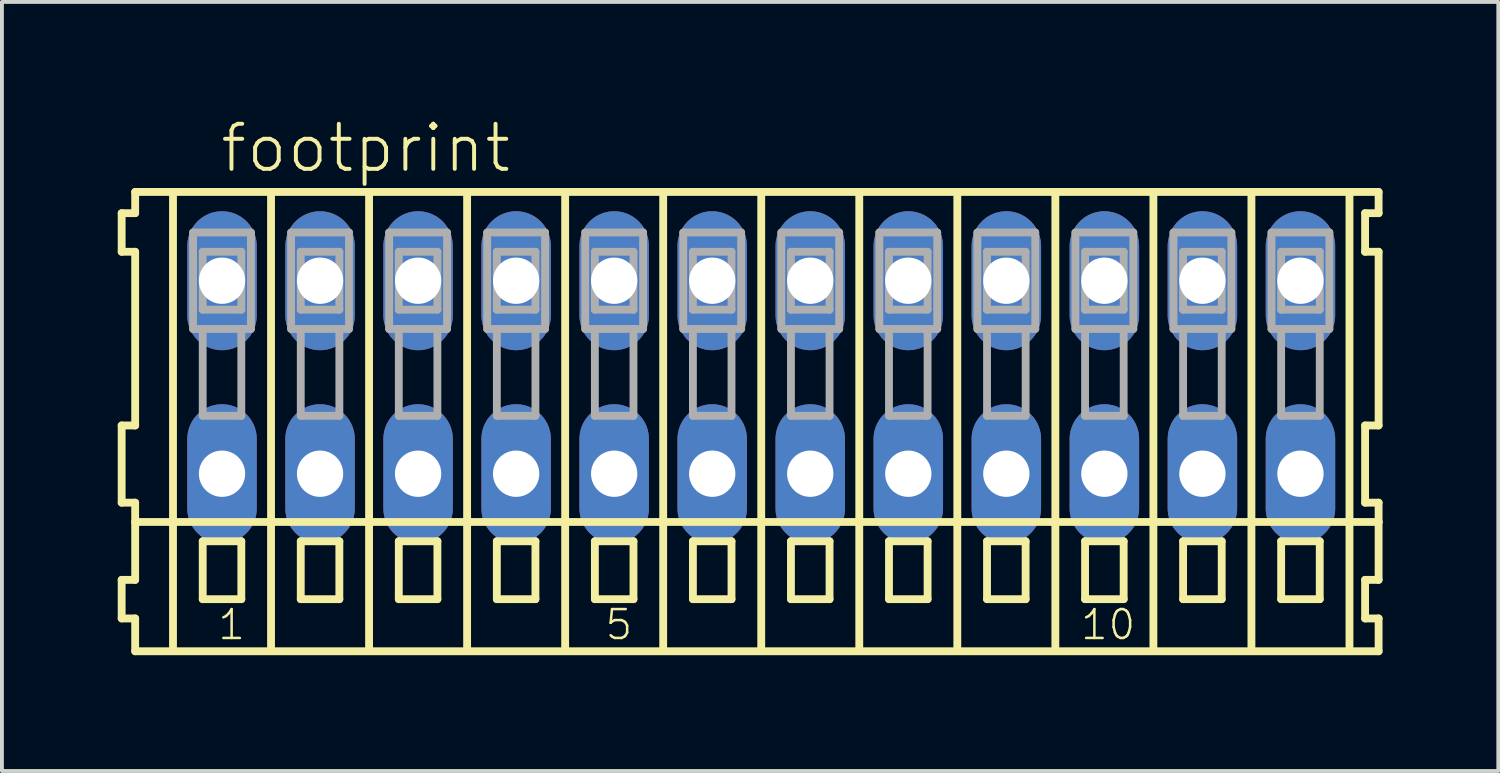
<source format=kicad_pcb>
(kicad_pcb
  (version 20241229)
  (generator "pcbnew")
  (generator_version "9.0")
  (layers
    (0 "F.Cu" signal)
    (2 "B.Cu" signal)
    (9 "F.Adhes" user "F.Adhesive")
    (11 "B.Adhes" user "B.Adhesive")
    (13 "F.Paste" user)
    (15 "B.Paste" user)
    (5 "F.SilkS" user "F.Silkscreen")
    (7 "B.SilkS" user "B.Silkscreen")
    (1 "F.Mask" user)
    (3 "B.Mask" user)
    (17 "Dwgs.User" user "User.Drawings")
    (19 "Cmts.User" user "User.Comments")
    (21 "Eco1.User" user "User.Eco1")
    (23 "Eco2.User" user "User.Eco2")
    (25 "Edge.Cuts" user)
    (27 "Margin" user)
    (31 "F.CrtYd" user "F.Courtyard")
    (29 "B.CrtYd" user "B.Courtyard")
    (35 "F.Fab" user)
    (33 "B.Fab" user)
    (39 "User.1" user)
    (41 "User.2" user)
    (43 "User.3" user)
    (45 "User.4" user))
  (footprint "footprint"
    (layer "F.Cu")
    (at 16.672 6.723)
    (property "Reference" "footprint" (at -14.07 -5.25 0) (layer "F.SilkS") (effects (font (size 1.168 1.168) (thickness 0.102)) (justify left bottom)))
    (fp_line (start -16.57 -4.25) (end -16.57 -3.25) (stroke (width 0.203) (type solid)) (layer "F.SilkS"))
    (fp_line (start -16.57 -3.25) (end -16.22 -3.25) (stroke (width 0.203) (type solid)) (layer "F.SilkS"))
    (fp_line (start -16.57 1.25) (end -16.57 3.25) (stroke (width 0.203) (type solid)) (layer "F.SilkS"))
    (fp_line (start -16.57 3.25) (end -16.22 3.25) (stroke (width 0.203) (type solid)) (layer "F.SilkS"))
    (fp_line (start -16.57 5.25) (end -16.57 6.25) (stroke (width 0.203) (type solid)) (layer "F.SilkS"))
    (fp_line (start -16.57 6.25) (end -16.22 6.25) (stroke (width 0.203) (type solid)) (layer "F.SilkS"))
    (fp_line (start -16.22 -4.8) (end -16.22 -4.25) (stroke (width 0.203) (type solid)) (layer "F.SilkS"))
    (fp_line (start -16.22 -4.25) (end -16.57 -4.25) (stroke (width 0.203) (type solid)) (layer "F.SilkS"))
    (fp_line (start -16.22 -3.25) (end -16.22 1.25) (stroke (width 0.203) (type solid)) (layer "F.SilkS"))
    (fp_line (start -16.22 1.25) (end -16.57 1.25) (stroke (width 0.203) (type solid)) (layer "F.SilkS"))
    (fp_line (start -16.22 3.25) (end -16.22 5.25) (stroke (width 0.203) (type solid)) (layer "F.SilkS"))
    (fp_line (start -16.22 3.75) (end 15.995 3.75) (stroke (width 0.203) (type solid)) (layer "F.SilkS"))
    (fp_line (start -16.22 5.25) (end -16.57 5.25) (stroke (width 0.203) (type solid)) (layer "F.SilkS"))
    (fp_line (start -16.22 6.25) (end -16.22 7.1) (stroke (width 0.203) (type solid)) (layer "F.SilkS"))
    (fp_line (start -16.22 7.1) (end 15.995 7.1) (stroke (width 0.203) (type solid)) (layer "F.SilkS"))
    (fp_line (start -15.24 6.985) (end -15.24 -4.699) (stroke (width 0.203) (type solid)) (layer "F.SilkS"))
    (fp_line (start -14.47 4.25) (end -14.47 5.75) (stroke (width 0.203) (type solid)) (layer "F.SilkS"))
    (fp_line (start -14.47 5.75) (end -13.47 5.75) (stroke (width 0.203) (type solid)) (layer "F.SilkS"))
    (fp_line (start -13.47 4.25) (end -14.47 4.25) (stroke (width 0.203) (type solid)) (layer "F.SilkS"))
    (fp_line (start -13.47 5.75) (end -13.47 4.25) (stroke (width 0.203) (type solid)) (layer "F.SilkS"))
    (fp_line (start -12.7 6.985) (end -12.7 -4.699) (stroke (width 0.203) (type solid)) (layer "F.SilkS"))
    (fp_line (start -11.93 4.25) (end -11.93 5.75) (stroke (width 0.203) (type solid)) (layer "F.SilkS"))
    (fp_line (start -11.93 5.75) (end -10.93 5.75) (stroke (width 0.203) (type solid)) (layer "F.SilkS"))
    (fp_line (start -10.93 4.25) (end -11.93 4.25) (stroke (width 0.203) (type solid)) (layer "F.SilkS"))
    (fp_line (start -10.93 5.75) (end -10.93 4.25) (stroke (width 0.203) (type solid)) (layer "F.SilkS"))
    (fp_line (start -10.16 6.985) (end -10.16 -4.699) (stroke (width 0.203) (type solid)) (layer "F.SilkS"))
    (fp_line (start -9.39 4.25) (end -9.39 5.75) (stroke (width 0.203) (type solid)) (layer "F.SilkS"))
    (fp_line (start -9.39 5.75) (end -8.39 5.75) (stroke (width 0.203) (type solid)) (layer "F.SilkS"))
    (fp_line (start -8.39 4.25) (end -9.39 4.25) (stroke (width 0.203) (type solid)) (layer "F.SilkS"))
    (fp_line (start -8.39 5.75) (end -8.39 4.25) (stroke (width 0.203) (type solid)) (layer "F.SilkS"))
    (fp_line (start -7.62 6.985) (end -7.62 -4.699) (stroke (width 0.203) (type solid)) (layer "F.SilkS"))
    (fp_line (start -6.85 4.25) (end -6.85 5.75) (stroke (width 0.203) (type solid)) (layer "F.SilkS"))
    (fp_line (start -6.85 5.75) (end -5.85 5.75) (stroke (width 0.203) (type solid)) (layer "F.SilkS"))
    (fp_line (start -5.85 4.25) (end -6.85 4.25) (stroke (width 0.203) (type solid)) (layer "F.SilkS"))
    (fp_line (start -5.85 5.75) (end -5.85 4.25) (stroke (width 0.203) (type solid)) (layer "F.SilkS"))
    (fp_line (start -5.08 6.985) (end -5.08 -4.699) (stroke (width 0.203) (type solid)) (layer "F.SilkS"))
    (fp_line (start -4.31 4.25) (end -4.31 5.75) (stroke (width 0.203) (type solid)) (layer "F.SilkS"))
    (fp_line (start -4.31 5.75) (end -3.31 5.75) (stroke (width 0.203) (type solid)) (layer "F.SilkS"))
    (fp_line (start -3.31 4.25) (end -4.31 4.25) (stroke (width 0.203) (type solid)) (layer "F.SilkS"))
    (fp_line (start -3.31 5.75) (end -3.31 4.25) (stroke (width 0.203) (type solid)) (layer "F.SilkS"))
    (fp_line (start -2.54 6.985) (end -2.54 -4.699) (stroke (width 0.203) (type solid)) (layer "F.SilkS"))
    (fp_line (start -1.77 4.25) (end -1.77 5.75) (stroke (width 0.203) (type solid)) (layer "F.SilkS"))
    (fp_line (start -1.77 5.75) (end -0.77 5.75) (stroke (width 0.203) (type solid)) (layer "F.SilkS"))
    (fp_line (start -0.77 4.25) (end -1.77 4.25) (stroke (width 0.203) (type solid)) (layer "F.SilkS"))
    (fp_line (start -0.77 5.75) (end -0.77 4.25) (stroke (width 0.203) (type solid)) (layer "F.SilkS"))
    (fp_line (start 0 6.985) (end 0 -4.699) (stroke (width 0.203) (type solid)) (layer "F.SilkS"))
    (fp_line (start 0.77 4.25) (end 0.77 5.75) (stroke (width 0.203) (type solid)) (layer "F.SilkS"))
    (fp_line (start 0.77 5.75) (end 1.77 5.75) (stroke (width 0.203) (type solid)) (layer "F.SilkS"))
    (fp_line (start 1.77 4.25) (end 0.77 4.25) (stroke (width 0.203) (type solid)) (layer "F.SilkS"))
    (fp_line (start 1.77 5.75) (end 1.77 4.25) (stroke (width 0.203) (type solid)) (layer "F.SilkS"))
    (fp_line (start 2.54 6.985) (end 2.54 -4.699) (stroke (width 0.203) (type solid)) (layer "F.SilkS"))
    (fp_line (start 3.31 4.25) (end 3.31 5.75) (stroke (width 0.203) (type solid)) (layer "F.SilkS"))
    (fp_line (start 3.31 5.75) (end 4.31 5.75) (stroke (width 0.203) (type solid)) (layer "F.SilkS"))
    (fp_line (start 4.31 4.25) (end 3.31 4.25) (stroke (width 0.203) (type solid)) (layer "F.SilkS"))
    (fp_line (start 4.31 5.75) (end 4.31 4.25) (stroke (width 0.203) (type solid)) (layer "F.SilkS"))
    (fp_line (start 5.08 6.985) (end 5.08 -4.699) (stroke (width 0.203) (type solid)) (layer "F.SilkS"))
    (fp_line (start 5.85 4.25) (end 5.85 5.75) (stroke (width 0.203) (type solid)) (layer "F.SilkS"))
    (fp_line (start 5.85 5.75) (end 6.85 5.75) (stroke (width 0.203) (type solid)) (layer "F.SilkS"))
    (fp_line (start 6.85 4.25) (end 5.85 4.25) (stroke (width 0.203) (type solid)) (layer "F.SilkS"))
    (fp_line (start 6.85 5.75) (end 6.85 4.25) (stroke (width 0.203) (type solid)) (layer "F.SilkS"))
    (fp_line (start 7.62 6.985) (end 7.62 -4.699) (stroke (width 0.203) (type solid)) (layer "F.SilkS"))
    (fp_line (start 8.39 4.25) (end 8.39 5.75) (stroke (width 0.203) (type solid)) (layer "F.SilkS"))
    (fp_line (start 8.39 5.75) (end 9.39 5.75) (stroke (width 0.203) (type solid)) (layer "F.SilkS"))
    (fp_line (start 9.39 4.25) (end 8.39 4.25) (stroke (width 0.203) (type solid)) (layer "F.SilkS"))
    (fp_line (start 9.39 5.75) (end 9.39 4.25) (stroke (width 0.203) (type solid)) (layer "F.SilkS"))
    (fp_line (start 10.16 6.985) (end 10.16 -4.699) (stroke (width 0.203) (type solid)) (layer "F.SilkS"))
    (fp_line (start 10.93 4.25) (end 10.93 5.75) (stroke (width 0.203) (type solid)) (layer "F.SilkS"))
    (fp_line (start 10.93 5.75) (end 11.93 5.75) (stroke (width 0.203) (type solid)) (layer "F.SilkS"))
    (fp_line (start 11.93 4.25) (end 10.93 4.25) (stroke (width 0.203) (type solid)) (layer "F.SilkS"))
    (fp_line (start 11.93 5.75) (end 11.93 4.25) (stroke (width 0.203) (type solid)) (layer "F.SilkS"))
    (fp_line (start 12.7 6.985) (end 12.7 -4.699) (stroke (width 0.203) (type solid)) (layer "F.SilkS"))
    (fp_line (start 13.47 4.25) (end 13.47 5.75) (stroke (width 0.203) (type solid)) (layer "F.SilkS"))
    (fp_line (start 13.47 5.75) (end 14.47 5.75) (stroke (width 0.203) (type solid)) (layer "F.SilkS"))
    (fp_line (start 14.47 4.25) (end 13.47 4.25) (stroke (width 0.203) (type solid)) (layer "F.SilkS"))
    (fp_line (start 14.47 5.75) (end 14.47 4.25) (stroke (width 0.203) (type solid)) (layer "F.SilkS"))
    (fp_line (start 15.24 6.985) (end 15.24 -4.699) (stroke (width 0.203) (type solid)) (layer "F.SilkS"))
    (fp_line (start 15.645 -4.25) (end 15.645 -3.25) (stroke (width 0.203) (type solid)) (layer "F.SilkS"))
    (fp_line (start 15.645 -3.25) (end 15.995 -3.25) (stroke (width 0.203) (type solid)) (layer "F.SilkS"))
    (fp_line (start 15.645 1.25) (end 15.645 3.25) (stroke (width 0.203) (type solid)) (layer "F.SilkS"))
    (fp_line (start 15.645 3.25) (end 15.995 3.25) (stroke (width 0.203) (type solid)) (layer "F.SilkS"))
    (fp_line (start 15.645 5.25) (end 15.645 6.25) (stroke (width 0.203) (type solid)) (layer "F.SilkS"))
    (fp_line (start 15.645 6.25) (end 15.995 6.25) (stroke (width 0.203) (type solid)) (layer "F.SilkS"))
    (fp_line (start 15.995 -4.8) (end -16.22 -4.8) (stroke (width 0.203) (type solid)) (layer "F.SilkS"))
    (fp_line (start 15.995 -4.25) (end 15.645 -4.25) (stroke (width 0.203) (type solid)) (layer "F.SilkS"))
    (fp_line (start 15.995 -4.25) (end 15.995 -4.8) (stroke (width 0.203) (type solid)) (layer "F.SilkS"))
    (fp_line (start 15.995 1.25) (end 15.645 1.25) (stroke (width 0.203) (type solid)) (layer "F.SilkS"))
    (fp_line (start 15.995 1.25) (end 15.995 -3.25) (stroke (width 0.203) (type solid)) (layer "F.SilkS"))
    (fp_line (start 15.995 3.75) (end 15.995 3.25) (stroke (width 0.203) (type solid)) (layer "F.SilkS"))
    (fp_line (start 15.995 5.25) (end 15.645 5.25) (stroke (width 0.203) (type solid)) (layer "F.SilkS"))
    (fp_line (start 15.995 5.25) (end 15.995 3.75) (stroke (width 0.203) (type solid)) (layer "F.SilkS"))
    (fp_line (start 15.995 7.1) (end 15.995 6.25) (stroke (width 0.203) (type solid)) (layer "F.SilkS"))
    (fp_line (start -14.72 -3.75) (end -14.72 -1.25) (stroke (width 0.203) (type solid)) (layer "F.Fab"))
    (fp_line (start -14.72 -1.25) (end -14.47 -1.25) (stroke (width 0.203) (type solid)) (layer "F.Fab"))
    (fp_line (start -14.47 -3.25) (end -14.47 -1.75) (stroke (width 0.203) (type solid)) (layer "F.Fab"))
    (fp_line (start -14.47 -1.75) (end -13.47 -1.75) (stroke (width 0.203) (type solid)) (layer "F.Fab"))
    (fp_line (start -14.47 -1.25) (end -14.47 1) (stroke (width 0.203) (type solid)) (layer "F.Fab"))
    (fp_line (start -14.47 -1.25) (end -13.47 -1.25) (stroke (width 0.203) (type solid)) (layer "F.Fab"))
    (fp_line (start -14.47 1) (end -13.47 1) (stroke (width 0.203) (type solid)) (layer "F.Fab"))
    (fp_line (start -13.47 -3.25) (end -14.47 -3.25) (stroke (width 0.203) (type solid)) (layer "F.Fab"))
    (fp_line (start -13.47 -1.75) (end -13.47 -3.25) (stroke (width 0.203) (type solid)) (layer "F.Fab"))
    (fp_line (start -13.47 -1.25) (end -13.22 -1.25) (stroke (width 0.203) (type solid)) (layer "F.Fab"))
    (fp_line (start -13.47 1) (end -13.47 -1.25) (stroke (width 0.203) (type solid)) (layer "F.Fab"))
    (fp_line (start -13.22 -3.75) (end -14.72 -3.75) (stroke (width 0.203) (type solid)) (layer "F.Fab"))
    (fp_line (start -13.22 -1.25) (end -13.22 -3.75) (stroke (width 0.203) (type solid)) (layer "F.Fab"))
    (fp_line (start -12.18 -3.75) (end -12.18 -1.25) (stroke (width 0.203) (type solid)) (layer "F.Fab"))
    (fp_line (start -12.18 -1.25) (end -11.93 -1.25) (stroke (width 0.203) (type solid)) (layer "F.Fab"))
    (fp_line (start -11.93 -3.25) (end -11.93 -1.75) (stroke (width 0.203) (type solid)) (layer "F.Fab"))
    (fp_line (start -11.93 -1.75) (end -10.93 -1.75) (stroke (width 0.203) (type solid)) (layer "F.Fab"))
    (fp_line (start -11.93 -1.25) (end -11.93 1) (stroke (width 0.203) (type solid)) (layer "F.Fab"))
    (fp_line (start -11.93 -1.25) (end -10.93 -1.25) (stroke (width 0.203) (type solid)) (layer "F.Fab"))
    (fp_line (start -11.93 1) (end -10.93 1) (stroke (width 0.203) (type solid)) (layer "F.Fab"))
    (fp_line (start -10.93 -3.25) (end -11.93 -3.25) (stroke (width 0.203) (type solid)) (layer "F.Fab"))
    (fp_line (start -10.93 -1.75) (end -10.93 -3.25) (stroke (width 0.203) (type solid)) (layer "F.Fab"))
    (fp_line (start -10.93 -1.25) (end -10.68 -1.25) (stroke (width 0.203) (type solid)) (layer "F.Fab"))
    (fp_line (start -10.93 1) (end -10.93 -1.25) (stroke (width 0.203) (type solid)) (layer "F.Fab"))
    (fp_line (start -10.68 -3.75) (end -12.18 -3.75) (stroke (width 0.203) (type solid)) (layer "F.Fab"))
    (fp_line (start -10.68 -1.25) (end -10.68 -3.75) (stroke (width 0.203) (type solid)) (layer "F.Fab"))
    (fp_line (start -9.64 -3.75) (end -9.64 -1.25) (stroke (width 0.203) (type solid)) (layer "F.Fab"))
    (fp_line (start -9.64 -1.25) (end -9.39 -1.25) (stroke (width 0.203) (type solid)) (layer "F.Fab"))
    (fp_line (start -9.39 -3.25) (end -9.39 -1.75) (stroke (width 0.203) (type solid)) (layer "F.Fab"))
    (fp_line (start -9.39 -1.75) (end -8.39 -1.75) (stroke (width 0.203) (type solid)) (layer "F.Fab"))
    (fp_line (start -9.39 -1.25) (end -9.39 1) (stroke (width 0.203) (type solid)) (layer "F.Fab"))
    (fp_line (start -9.39 -1.25) (end -8.39 -1.25) (stroke (width 0.203) (type solid)) (layer "F.Fab"))
    (fp_line (start -9.39 1) (end -8.39 1) (stroke (width 0.203) (type solid)) (layer "F.Fab"))
    (fp_line (start -8.39 -3.25) (end -9.39 -3.25) (stroke (width 0.203) (type solid)) (layer "F.Fab"))
    (fp_line (start -8.39 -1.75) (end -8.39 -3.25) (stroke (width 0.203) (type solid)) (layer "F.Fab"))
    (fp_line (start -8.39 -1.25) (end -8.14 -1.25) (stroke (width 0.203) (type solid)) (layer "F.Fab"))
    (fp_line (start -8.39 1) (end -8.39 -1.25) (stroke (width 0.203) (type solid)) (layer "F.Fab"))
    (fp_line (start -8.14 -3.75) (end -9.64 -3.75) (stroke (width 0.203) (type solid)) (layer "F.Fab"))
    (fp_line (start -8.14 -1.25) (end -8.14 -3.75) (stroke (width 0.203) (type solid)) (layer "F.Fab"))
    (fp_line (start -7.1 -3.75) (end -7.1 -1.25) (stroke (width 0.203) (type solid)) (layer "F.Fab"))
    (fp_line (start -7.1 -1.25) (end -6.85 -1.25) (stroke (width 0.203) (type solid)) (layer "F.Fab"))
    (fp_line (start -6.85 -3.25) (end -6.85 -1.75) (stroke (width 0.203) (type solid)) (layer "F.Fab"))
    (fp_line (start -6.85 -1.75) (end -5.85 -1.75) (stroke (width 0.203) (type solid)) (layer "F.Fab"))
    (fp_line (start -6.85 -1.25) (end -6.85 1) (stroke (width 0.203) (type solid)) (layer "F.Fab"))
    (fp_line (start -6.85 -1.25) (end -5.85 -1.25) (stroke (width 0.203) (type solid)) (layer "F.Fab"))
    (fp_line (start -6.85 1) (end -5.85 1) (stroke (width 0.203) (type solid)) (layer "F.Fab"))
    (fp_line (start -5.85 -3.25) (end -6.85 -3.25) (stroke (width 0.203) (type solid)) (layer "F.Fab"))
    (fp_line (start -5.85 -1.75) (end -5.85 -3.25) (stroke (width 0.203) (type solid)) (layer "F.Fab"))
    (fp_line (start -5.85 -1.25) (end -5.6 -1.25) (stroke (width 0.203) (type solid)) (layer "F.Fab"))
    (fp_line (start -5.85 1) (end -5.85 -1.25) (stroke (width 0.203) (type solid)) (layer "F.Fab"))
    (fp_line (start -5.6 -3.75) (end -7.1 -3.75) (stroke (width 0.203) (type solid)) (layer "F.Fab"))
    (fp_line (start -5.6 -1.25) (end -5.6 -3.75) (stroke (width 0.203) (type solid)) (layer "F.Fab"))
    (fp_line (start -4.56 -3.75) (end -4.56 -1.25) (stroke (width 0.203) (type solid)) (layer "F.Fab"))
    (fp_line (start -4.56 -1.25) (end -4.31 -1.25) (stroke (width 0.203) (type solid)) (layer "F.Fab"))
    (fp_line (start -4.31 -3.25) (end -4.31 -1.75) (stroke (width 0.203) (type solid)) (layer "F.Fab"))
    (fp_line (start -4.31 -1.75) (end -3.31 -1.75) (stroke (width 0.203) (type solid)) (layer "F.Fab"))
    (fp_line (start -4.31 -1.25) (end -4.31 1) (stroke (width 0.203) (type solid)) (layer "F.Fab"))
    (fp_line (start -4.31 -1.25) (end -3.31 -1.25) (stroke (width 0.203) (type solid)) (layer "F.Fab"))
    (fp_line (start -4.31 1) (end -3.31 1) (stroke (width 0.203) (type solid)) (layer "F.Fab"))
    (fp_line (start -3.31 -3.25) (end -4.31 -3.25) (stroke (width 0.203) (type solid)) (layer "F.Fab"))
    (fp_line (start -3.31 -1.75) (end -3.31 -3.25) (stroke (width 0.203) (type solid)) (layer "F.Fab"))
    (fp_line (start -3.31 -1.25) (end -3.06 -1.25) (stroke (width 0.203) (type solid)) (layer "F.Fab"))
    (fp_line (start -3.31 1) (end -3.31 -1.25) (stroke (width 0.203) (type solid)) (layer "F.Fab"))
    (fp_line (start -3.06 -3.75) (end -4.56 -3.75) (stroke (width 0.203) (type solid)) (layer "F.Fab"))
    (fp_line (start -3.06 -1.25) (end -3.06 -3.75) (stroke (width 0.203) (type solid)) (layer "F.Fab"))
    (fp_line (start -2.02 -3.75) (end -2.02 -1.25) (stroke (width 0.203) (type solid)) (layer "F.Fab"))
    (fp_line (start -2.02 -1.25) (end -1.77 -1.25) (stroke (width 0.203) (type solid)) (layer "F.Fab"))
    (fp_line (start -1.77 -3.25) (end -1.77 -1.75) (stroke (width 0.203) (type solid)) (layer "F.Fab"))
    (fp_line (start -1.77 -1.75) (end -0.77 -1.75) (stroke (width 0.203) (type solid)) (layer "F.Fab"))
    (fp_line (start -1.77 -1.25) (end -1.77 1) (stroke (width 0.203) (type solid)) (layer "F.Fab"))
    (fp_line (start -1.77 -1.25) (end -0.77 -1.25) (stroke (width 0.203) (type solid)) (layer "F.Fab"))
    (fp_line (start -1.77 1) (end -0.77 1) (stroke (width 0.203) (type solid)) (layer "F.Fab"))
    (fp_line (start -0.77 -3.25) (end -1.77 -3.25) (stroke (width 0.203) (type solid)) (layer "F.Fab"))
    (fp_line (start -0.77 -1.75) (end -0.77 -3.25) (stroke (width 0.203) (type solid)) (layer "F.Fab"))
    (fp_line (start -0.77 -1.25) (end -0.52 -1.25) (stroke (width 0.203) (type solid)) (layer "F.Fab"))
    (fp_line (start -0.77 1) (end -0.77 -1.25) (stroke (width 0.203) (type solid)) (layer "F.Fab"))
    (fp_line (start -0.52 -3.75) (end -2.02 -3.75) (stroke (width 0.203) (type solid)) (layer "F.Fab"))
    (fp_line (start -0.52 -1.25) (end -0.52 -3.75) (stroke (width 0.203) (type solid)) (layer "F.Fab"))
    (fp_line (start 0.52 -3.75) (end 0.52 -1.25) (stroke (width 0.203) (type solid)) (layer "F.Fab"))
    (fp_line (start 0.52 -1.25) (end 0.77 -1.25) (stroke (width 0.203) (type solid)) (layer "F.Fab"))
    (fp_line (start 0.77 -3.25) (end 0.77 -1.75) (stroke (width 0.203) (type solid)) (layer "F.Fab"))
    (fp_line (start 0.77 -1.75) (end 1.77 -1.75) (stroke (width 0.203) (type solid)) (layer "F.Fab"))
    (fp_line (start 0.77 -1.25) (end 0.77 1) (stroke (width 0.203) (type solid)) (layer "F.Fab"))
    (fp_line (start 0.77 -1.25) (end 1.77 -1.25) (stroke (width 0.203) (type solid)) (layer "F.Fab"))
    (fp_line (start 0.77 1) (end 1.77 1) (stroke (width 0.203) (type solid)) (layer "F.Fab"))
    (fp_line (start 1.77 -3.25) (end 0.77 -3.25) (stroke (width 0.203) (type solid)) (layer "F.Fab"))
    (fp_line (start 1.77 -1.75) (end 1.77 -3.25) (stroke (width 0.203) (type solid)) (layer "F.Fab"))
    (fp_line (start 1.77 -1.25) (end 2.02 -1.25) (stroke (width 0.203) (type solid)) (layer "F.Fab"))
    (fp_line (start 1.77 1) (end 1.77 -1.25) (stroke (width 0.203) (type solid)) (layer "F.Fab"))
    (fp_line (start 2.02 -3.75) (end 0.52 -3.75) (stroke (width 0.203) (type solid)) (layer "F.Fab"))
    (fp_line (start 2.02 -1.25) (end 2.02 -3.75) (stroke (width 0.203) (type solid)) (layer "F.Fab"))
    (fp_line (start 3.06 -3.75) (end 3.06 -1.25) (stroke (width 0.203) (type solid)) (layer "F.Fab"))
    (fp_line (start 3.06 -1.25) (end 3.31 -1.25) (stroke (width 0.203) (type solid)) (layer "F.Fab"))
    (fp_line (start 3.31 -3.25) (end 3.31 -1.75) (stroke (width 0.203) (type solid)) (layer "F.Fab"))
    (fp_line (start 3.31 -1.75) (end 4.31 -1.75) (stroke (width 0.203) (type solid)) (layer "F.Fab"))
    (fp_line (start 3.31 -1.25) (end 3.31 1) (stroke (width 0.203) (type solid)) (layer "F.Fab"))
    (fp_line (start 3.31 -1.25) (end 4.31 -1.25) (stroke (width 0.203) (type solid)) (layer "F.Fab"))
    (fp_line (start 3.31 1) (end 4.31 1) (stroke (width 0.203) (type solid)) (layer "F.Fab"))
    (fp_line (start 4.31 -3.25) (end 3.31 -3.25) (stroke (width 0.203) (type solid)) (layer "F.Fab"))
    (fp_line (start 4.31 -1.75) (end 4.31 -3.25) (stroke (width 0.203) (type solid)) (layer "F.Fab"))
    (fp_line (start 4.31 -1.25) (end 4.56 -1.25) (stroke (width 0.203) (type solid)) (layer "F.Fab"))
    (fp_line (start 4.31 1) (end 4.31 -1.25) (stroke (width 0.203) (type solid)) (layer "F.Fab"))
    (fp_line (start 4.56 -3.75) (end 3.06 -3.75) (stroke (width 0.203) (type solid)) (layer "F.Fab"))
    (fp_line (start 4.56 -1.25) (end 4.56 -3.75) (stroke (width 0.203) (type solid)) (layer "F.Fab"))
    (fp_line (start 5.6 -3.75) (end 5.6 -1.25) (stroke (width 0.203) (type solid)) (layer "F.Fab"))
    (fp_line (start 5.6 -1.25) (end 5.85 -1.25) (stroke (width 0.203) (type solid)) (layer "F.Fab"))
    (fp_line (start 5.85 -3.25) (end 5.85 -1.75) (stroke (width 0.203) (type solid)) (layer "F.Fab"))
    (fp_line (start 5.85 -1.75) (end 6.85 -1.75) (stroke (width 0.203) (type solid)) (layer "F.Fab"))
    (fp_line (start 5.85 -1.25) (end 5.85 1) (stroke (width 0.203) (type solid)) (layer "F.Fab"))
    (fp_line (start 5.85 -1.25) (end 6.85 -1.25) (stroke (width 0.203) (type solid)) (layer "F.Fab"))
    (fp_line (start 5.85 1) (end 6.85 1) (stroke (width 0.203) (type solid)) (layer "F.Fab"))
    (fp_line (start 6.85 -3.25) (end 5.85 -3.25) (stroke (width 0.203) (type solid)) (layer "F.Fab"))
    (fp_line (start 6.85 -1.75) (end 6.85 -3.25) (stroke (width 0.203) (type solid)) (layer "F.Fab"))
    (fp_line (start 6.85 -1.25) (end 7.1 -1.25) (stroke (width 0.203) (type solid)) (layer "F.Fab"))
    (fp_line (start 6.85 1) (end 6.85 -1.25) (stroke (width 0.203) (type solid)) (layer "F.Fab"))
    (fp_line (start 7.1 -3.75) (end 5.6 -3.75) (stroke (width 0.203) (type solid)) (layer "F.Fab"))
    (fp_line (start 7.1 -1.25) (end 7.1 -3.75) (stroke (width 0.203) (type solid)) (layer "F.Fab"))
    (fp_line (start 8.14 -3.75) (end 8.14 -1.25) (stroke (width 0.203) (type solid)) (layer "F.Fab"))
    (fp_line (start 8.14 -1.25) (end 8.39 -1.25) (stroke (width 0.203) (type solid)) (layer "F.Fab"))
    (fp_line (start 8.39 -3.25) (end 8.39 -1.75) (stroke (width 0.203) (type solid)) (layer "F.Fab"))
    (fp_line (start 8.39 -1.75) (end 9.39 -1.75) (stroke (width 0.203) (type solid)) (layer "F.Fab"))
    (fp_line (start 8.39 -1.25) (end 8.39 1) (stroke (width 0.203) (type solid)) (layer "F.Fab"))
    (fp_line (start 8.39 -1.25) (end 9.39 -1.25) (stroke (width 0.203) (type solid)) (layer "F.Fab"))
    (fp_line (start 8.39 1) (end 9.39 1) (stroke (width 0.203) (type solid)) (layer "F.Fab"))
    (fp_line (start 9.39 -3.25) (end 8.39 -3.25) (stroke (width 0.203) (type solid)) (layer "F.Fab"))
    (fp_line (start 9.39 -1.75) (end 9.39 -3.25) (stroke (width 0.203) (type solid)) (layer "F.Fab"))
    (fp_line (start 9.39 -1.25) (end 9.64 -1.25) (stroke (width 0.203) (type solid)) (layer "F.Fab"))
    (fp_line (start 9.39 1) (end 9.39 -1.25) (stroke (width 0.203) (type solid)) (layer "F.Fab"))
    (fp_line (start 9.64 -3.75) (end 8.14 -3.75) (stroke (width 0.203) (type solid)) (layer "F.Fab"))
    (fp_line (start 9.64 -1.25) (end 9.64 -3.75) (stroke (width 0.203) (type solid)) (layer "F.Fab"))
    (fp_line (start 10.68 -3.75) (end 10.68 -1.25) (stroke (width 0.203) (type solid)) (layer "F.Fab"))
    (fp_line (start 10.68 -1.25) (end 10.93 -1.25) (stroke (width 0.203) (type solid)) (layer "F.Fab"))
    (fp_line (start 10.93 -3.25) (end 10.93 -1.75) (stroke (width 0.203) (type solid)) (layer "F.Fab"))
    (fp_line (start 10.93 -1.75) (end 11.93 -1.75) (stroke (width 0.203) (type solid)) (layer "F.Fab"))
    (fp_line (start 10.93 -1.25) (end 10.93 1) (stroke (width 0.203) (type solid)) (layer "F.Fab"))
    (fp_line (start 10.93 -1.25) (end 11.93 -1.25) (stroke (width 0.203) (type solid)) (layer "F.Fab"))
    (fp_line (start 10.93 1) (end 11.93 1) (stroke (width 0.203) (type solid)) (layer "F.Fab"))
    (fp_line (start 11.93 -3.25) (end 10.93 -3.25) (stroke (width 0.203) (type solid)) (layer "F.Fab"))
    (fp_line (start 11.93 -1.75) (end 11.93 -3.25) (stroke (width 0.203) (type solid)) (layer "F.Fab"))
    (fp_line (start 11.93 -1.25) (end 12.18 -1.25) (stroke (width 0.203) (type solid)) (layer "F.Fab"))
    (fp_line (start 11.93 1) (end 11.93 -1.25) (stroke (width 0.203) (type solid)) (layer "F.Fab"))
    (fp_line (start 12.18 -3.75) (end 10.68 -3.75) (stroke (width 0.203) (type solid)) (layer "F.Fab"))
    (fp_line (start 12.18 -1.25) (end 12.18 -3.75) (stroke (width 0.203) (type solid)) (layer "F.Fab"))
    (fp_line (start 13.22 -3.75) (end 13.22 -1.25) (stroke (width 0.203) (type solid)) (layer "F.Fab"))
    (fp_line (start 13.22 -1.25) (end 13.47 -1.25) (stroke (width 0.203) (type solid)) (layer "F.Fab"))
    (fp_line (start 13.47 -3.25) (end 13.47 -1.75) (stroke (width 0.203) (type solid)) (layer "F.Fab"))
    (fp_line (start 13.47 -1.75) (end 14.47 -1.75) (stroke (width 0.203) (type solid)) (layer "F.Fab"))
    (fp_line (start 13.47 -1.25) (end 13.47 1) (stroke (width 0.203) (type solid)) (layer "F.Fab"))
    (fp_line (start 13.47 -1.25) (end 14.47 -1.25) (stroke (width 0.203) (type solid)) (layer "F.Fab"))
    (fp_line (start 13.47 1) (end 14.47 1) (stroke (width 0.203) (type solid)) (layer "F.Fab"))
    (fp_line (start 14.47 -3.25) (end 13.47 -3.25) (stroke (width 0.203) (type solid)) (layer "F.Fab"))
    (fp_line (start 14.47 -1.75) (end 14.47 -3.25) (stroke (width 0.203) (type solid)) (layer "F.Fab"))
    (fp_line (start 14.47 -1.25) (end 14.72 -1.25) (stroke (width 0.203) (type solid)) (layer "F.Fab"))
    (fp_line (start 14.47 1) (end 14.47 -1.25) (stroke (width 0.203) (type solid)) (layer "F.Fab"))
    (fp_line (start 14.72 -3.75) (end 13.22 -3.75) (stroke (width 0.203) (type solid)) (layer "F.Fab"))
    (fp_line (start 14.72 -1.25) (end 14.72 -3.75) (stroke (width 0.203) (type solid)) (layer "F.Fab"))
    (fp_text user "1" (at -14.12 6.85 0) (layer "F.SilkS") (effects (font (size 0.748 0.748) (thickness 0.065)) (justify left bottom)))
    (fp_text user "10" (at 8.232 6.85 0) (layer "F.SilkS") (effects (font (size 0.748 0.748) (thickness 0.065)) (justify left bottom)))
    (fp_text user "5" (at -4.087 6.85 0) (layer "F.SilkS") (effects (font (size 0.748 0.748) (thickness 0.065)) (justify left bottom)))
    (pad "A1" thru_hole oval (at -13.97 -2.5 90) (size 3.6 1.8) (drill 1.2) (layers "*.Cu" "*.Mask"))
    (pad "A2" thru_hole oval (at -11.43 -2.5 90) (size 3.6 1.8) (drill 1.2) (layers "*.Cu" "*.Mask"))
    (pad "A3" thru_hole oval (at -8.89 -2.5 90) (size 3.6 1.8) (drill 1.2) (layers "*.Cu" "*.Mask"))
    (pad "A4" thru_hole oval (at -6.35 -2.5 90) (size 3.6 1.8) (drill 1.2) (layers "*.Cu" "*.Mask"))
    (pad "A5" thru_hole oval (at -3.81 -2.5 90) (size 3.6 1.8) (drill 1.2) (layers "*.Cu" "*.Mask"))
    (pad "A6" thru_hole oval (at -1.27 -2.5 90) (size 3.6 1.8) (drill 1.2) (layers "*.Cu" "*.Mask"))
    (pad "A7" thru_hole oval (at 1.27 -2.5 90) (size 3.6 1.8) (drill 1.2) (layers "*.Cu" "*.Mask"))
    (pad "A8" thru_hole oval (at 3.81 -2.5 90) (size 3.6 1.8) (drill 1.2) (layers "*.Cu" "*.Mask"))
    (pad "A9" thru_hole oval (at 6.35 -2.5 90) (size 3.6 1.8) (drill 1.2) (layers "*.Cu" "*.Mask"))
    (pad "A10" thru_hole oval (at 8.89 -2.5 90) (size 3.6 1.8) (drill 1.2) (layers "*.Cu" "*.Mask"))
    (pad "A11" thru_hole oval (at 11.43 -2.5 90) (size 3.6 1.8) (drill 1.2) (layers "*.Cu" "*.Mask"))
    (pad "A12" thru_hole oval (at 13.97 -2.5 90) (size 3.6 1.8) (drill 1.2) (layers "*.Cu" "*.Mask"))
    (pad "B1" thru_hole oval (at -13.97 2.5 90) (size 3.6 1.8) (drill 1.2) (layers "*.Cu" "*.Mask"))
    (pad "B2" thru_hole oval (at -11.43 2.5 90) (size 3.6 1.8) (drill 1.2) (layers "*.Cu" "*.Mask"))
    (pad "B3" thru_hole oval (at -8.89 2.5 90) (size 3.6 1.8) (drill 1.2) (layers "*.Cu" "*.Mask"))
    (pad "B4" thru_hole oval (at -6.35 2.5 90) (size 3.6 1.8) (drill 1.2) (layers "*.Cu" "*.Mask"))
    (pad "B5" thru_hole oval (at -3.81 2.5 90) (size 3.6 1.8) (drill 1.2) (layers "*.Cu" "*.Mask"))
    (pad "B6" thru_hole oval (at -1.27 2.5 90) (size 3.6 1.8) (drill 1.2) (layers "*.Cu" "*.Mask"))
    (pad "B7" thru_hole oval (at 1.27 2.5 90) (size 3.6 1.8) (drill 1.2) (layers "*.Cu" "*.Mask"))
    (pad "B8" thru_hole oval (at 3.81 2.5 90) (size 3.6 1.8) (drill 1.2) (layers "*.Cu" "*.Mask"))
    (pad "B9" thru_hole oval (at 6.35 2.5 90) (size 3.6 1.8) (drill 1.2) (layers "*.Cu" "*.Mask"))
    (pad "B10" thru_hole oval (at 8.89 2.5 90) (size 3.6 1.8) (drill 1.2) (layers "*.Cu" "*.Mask"))
    (pad "B11" thru_hole oval (at 11.43 2.5 90) (size 3.6 1.8) (drill 1.2) (layers "*.Cu" "*.Mask"))
    (pad "B12" thru_hole oval (at 13.97 2.5 90) (size 3.6 1.8) (drill 1.2) (layers "*.Cu" "*.Mask")))
  (gr_rect
    (start -3 -3)
    (end 35.768 16.925)
    (stroke (width 0.1) (type default))
    (fill no)
    (layer "Edge.Cuts")))
</source>
